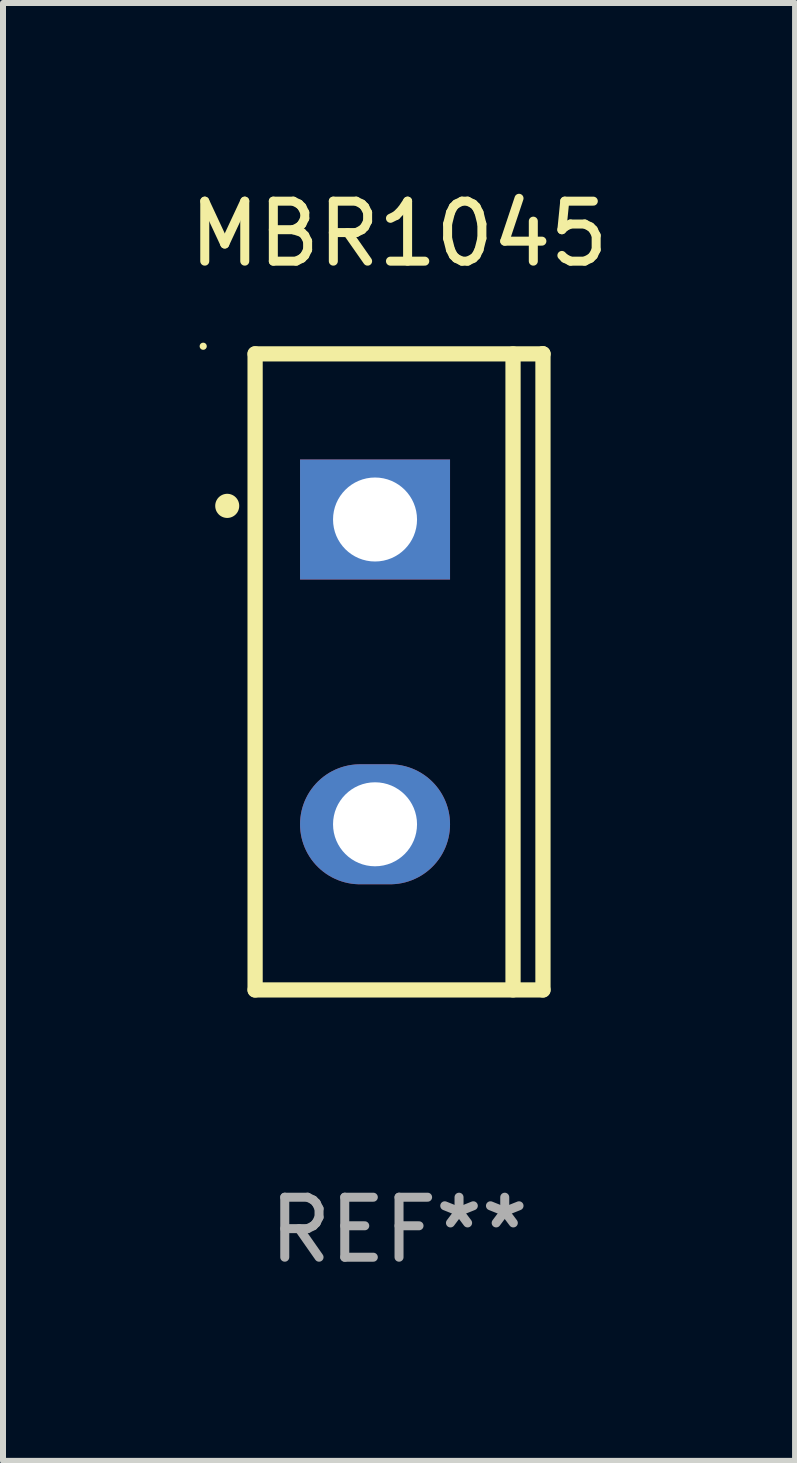
<source format=kicad_pcb>
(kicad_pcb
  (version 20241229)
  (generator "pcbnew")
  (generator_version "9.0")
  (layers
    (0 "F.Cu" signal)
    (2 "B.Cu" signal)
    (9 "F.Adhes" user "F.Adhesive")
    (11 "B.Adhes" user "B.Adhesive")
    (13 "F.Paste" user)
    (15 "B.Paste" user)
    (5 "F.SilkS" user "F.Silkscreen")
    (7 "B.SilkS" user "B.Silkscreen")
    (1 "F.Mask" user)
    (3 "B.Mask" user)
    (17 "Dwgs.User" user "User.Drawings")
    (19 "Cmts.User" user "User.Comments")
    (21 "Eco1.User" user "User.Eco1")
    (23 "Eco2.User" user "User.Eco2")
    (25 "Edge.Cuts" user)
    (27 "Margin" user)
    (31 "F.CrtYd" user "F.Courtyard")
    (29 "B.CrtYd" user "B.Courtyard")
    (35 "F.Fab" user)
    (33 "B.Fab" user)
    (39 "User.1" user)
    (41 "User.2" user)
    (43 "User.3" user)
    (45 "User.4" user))
  (footprint "MBR1045"
    (layer "F.Cu")
    (at 3.601 8.149)
    (property "Reference" "MBR1045" (at 0 -7.301 0) (layer "F.SilkS") (effects (font (size 1 1) (thickness 0.15))))
    (attr through_hole)
    (fp_line (start -2.399 -5.301) (end 2.394 -5.301) (stroke (width 0.254) (type solid)) (layer "F.SilkS"))
    (fp_line (start -2.399 5.301) (end -2.399 -5.301) (stroke (width 0.254) (type solid)) (layer "F.SilkS"))
    (fp_line (start 1.9 5.3) (end 1.9 -5.3) (stroke (width 0.254) (type solid)) (layer "F.SilkS"))
    (fp_line (start 2.394 -5.301) (end 2.399 -5.301) (stroke (width 0.254) (type solid)) (layer "F.SilkS"))
    (fp_line (start 2.399 -5.301) (end 2.399 5.301) (stroke (width 0.254) (type solid)) (layer "F.SilkS"))
    (fp_line (start 2.399 5.301) (end -2.399 5.301) (stroke (width 0.254) (type solid)) (layer "F.SilkS"))
    (fp_arc (start -2.863843 -2.766066) (mid -2.863847 -2.767336) (end -2.863843 -2.768606) (stroke (width 0.4) (type solid)) (layer "F.SilkS"))
    (fp_circle (center -3.264 -5.428) (end -3.234 -5.428) (stroke (width 0.06) (type solid)) (fill no) (layer "F.SilkS"))
    (fp_text user "REF**" (at 0 9.301 0) (layer "F.Fab") (effects (font (size 1 1) (thickness 0.15))))
    (pad "1" thru_hole rect (at -0.4 -2.54 270) (size 2 2.5) (drill 1.4) (layers "*.Cu" "*.Mask"))
    (pad "2" thru_hole oval (at -0.4 2.54 270) (size 2 2.5) (drill 1.4) (layers "*.Cu" "*.Mask")))
  (gr_rect
    (start -3 -3)
    (end 10.202 21.299)
    (stroke (width 0.1) (type default))
    (fill no)
    (layer "Edge.Cuts")))
</source>
